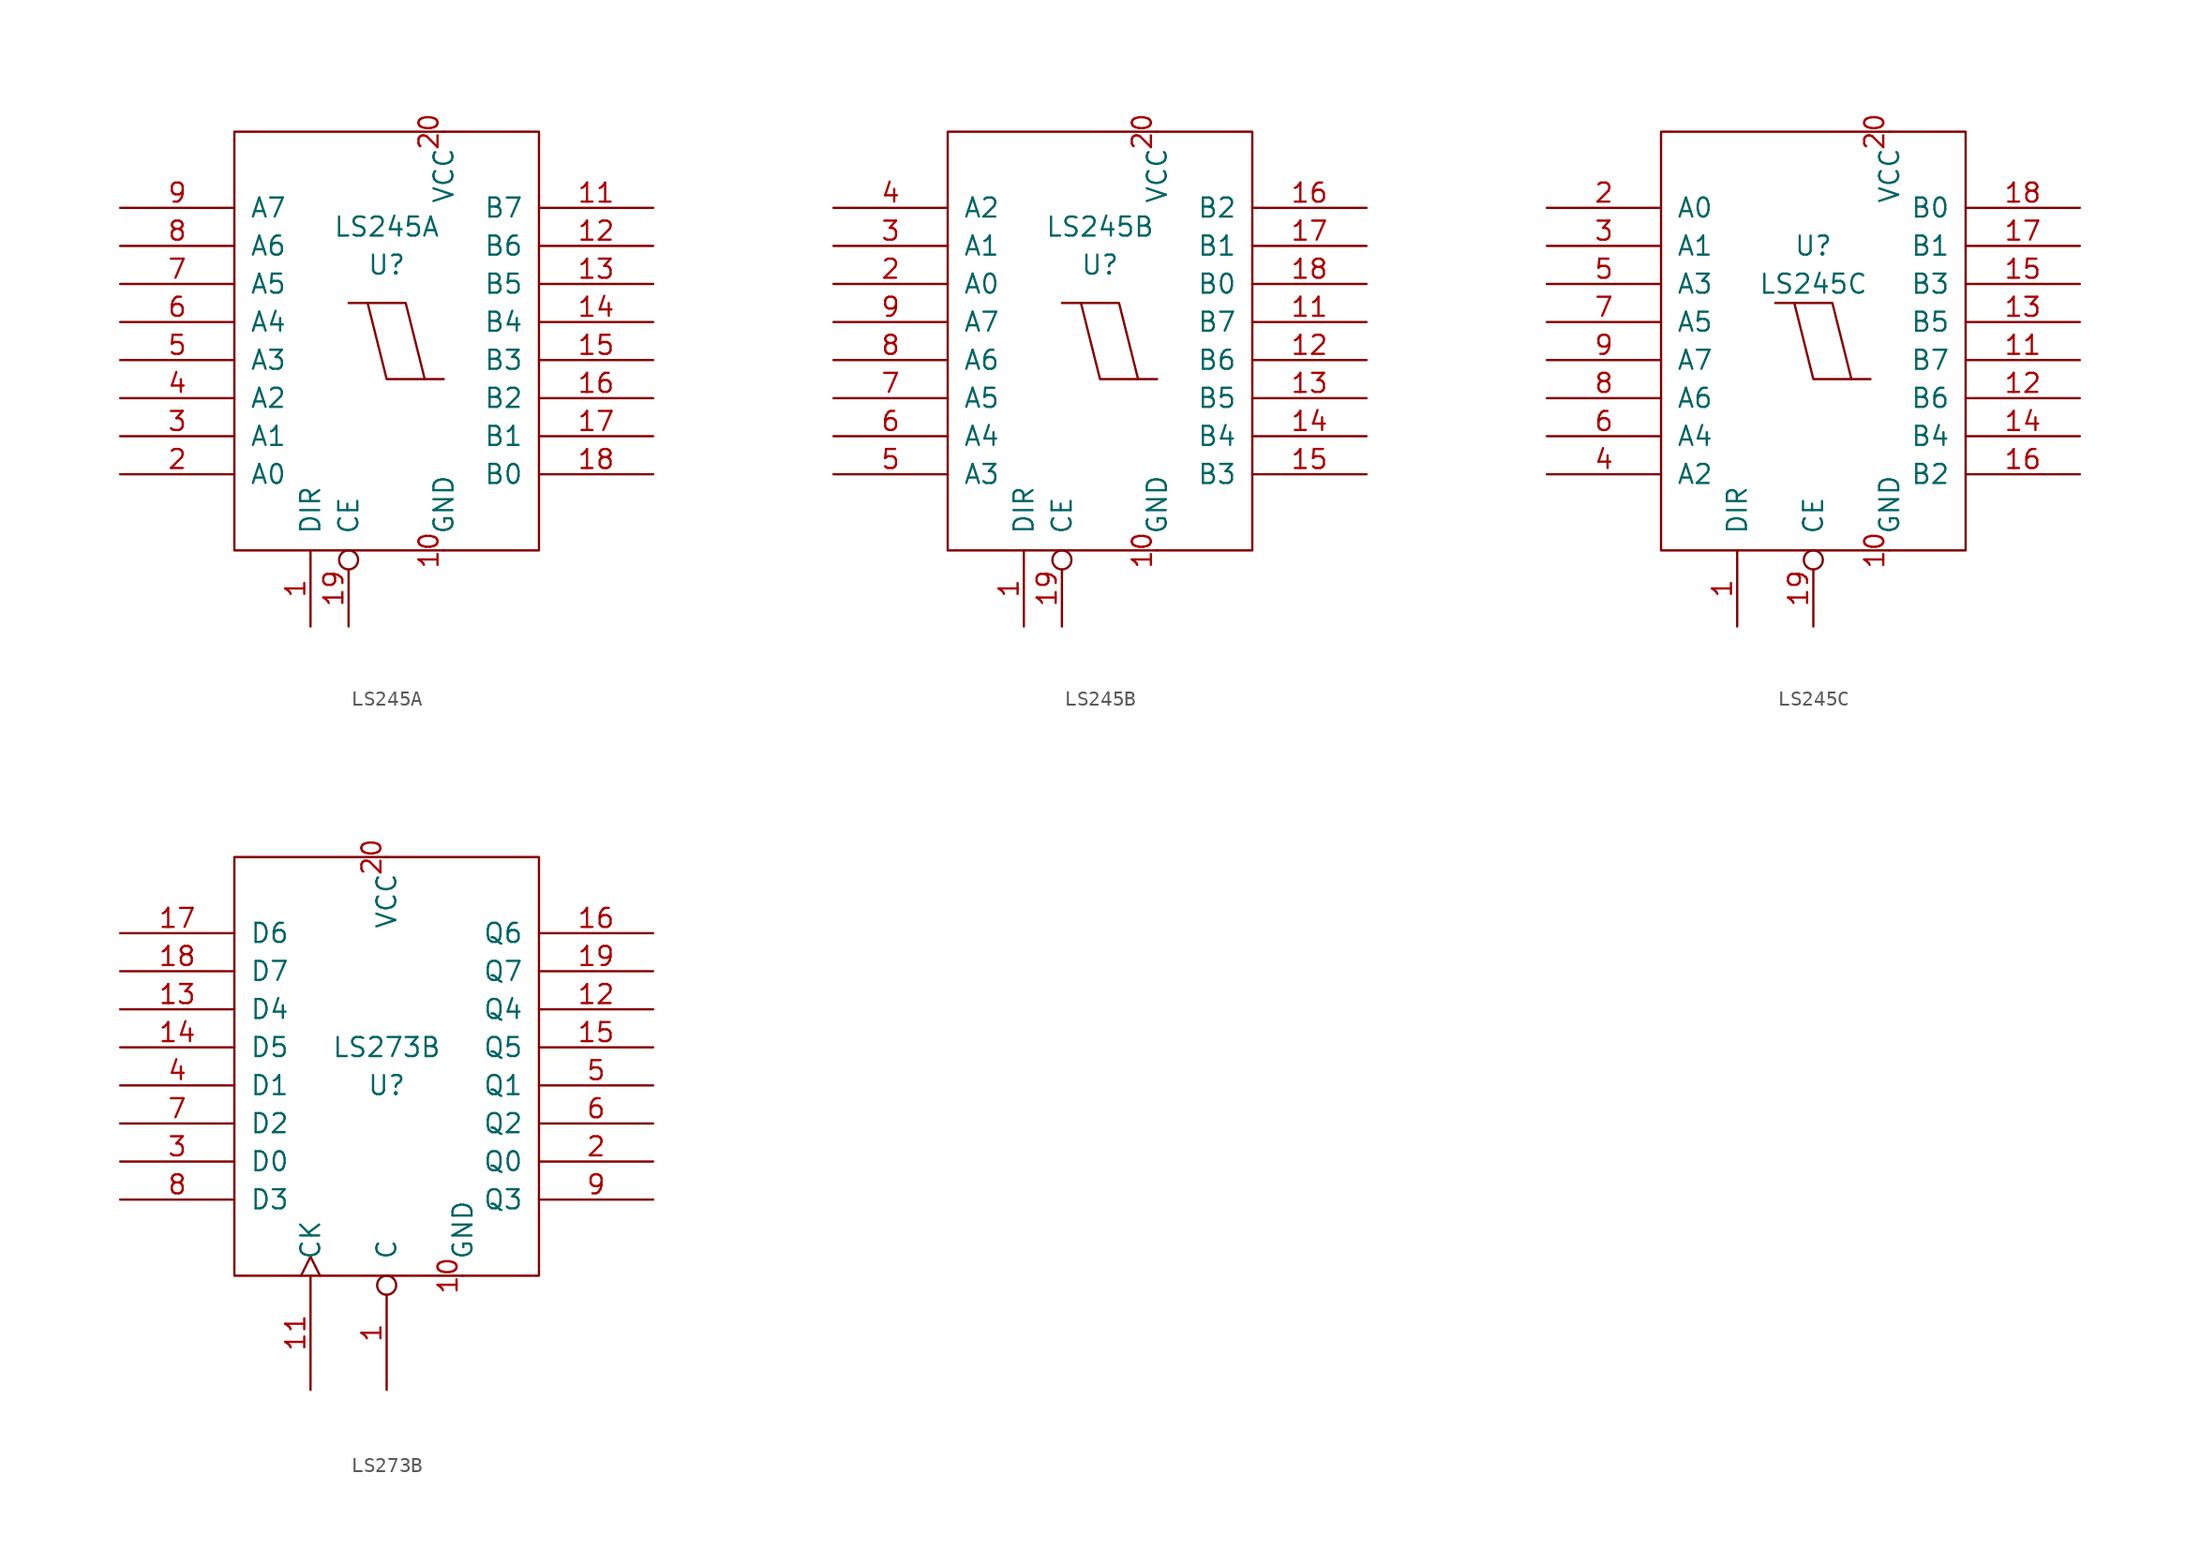
<source format=kicad_sym>
(kicad_symbol_lib
  (version 20211014)
  (generator kicad_symbol_editor)
  (symbol "LS245A"
    (pin_names
      (offset 1.016))
    (property "Reference" "U"
      (at 0 5.08 0)
      (effects (font (size 1.27 1.27))))
    (property "Value" "LS245A"
      (at 0 7.62 0)
      (effects (font (size 1.27 1.27))))
    (symbol "LS245A_1_1"
      (polyline (pts (xy -1.27 2.54) (xy 0 -2.54) (xy 2.54 -2.54)) (stroke (width 0) (type default) (color 0 0 0 0)) (fill (type none)))
      (polyline (pts (xy -2.54 2.54) (xy 1.27 2.54) (xy 2.54 -2.54) (xy 3.81 -2.54)) (stroke (width 0) (type default) (color 0 0 0 0)) (fill (type none)))
      (rectangle (start 10.16 13.97) (end -10.16 -13.97) (stroke (width 0) (type default) (color 0 0 0 0)) (fill (type none)))
      (pin input line (at -5.08 -19.05 90) (length 5.08) (name "DIR" (effects (font (size 1.27 1.27)))) (number "1" (effects (font (size 1.27 1.27)))))
      (pin power_in line (at 3.81 -13.97 90) (length 0) (name "GND" (effects (font (size 1.27 1.27)))) (number "10" (effects (font (size 1.27 1.27)))))
      (pin input line (at 17.78 8.89 180) (length 7.62) (name "B7" (effects (font (size 1.27 1.27)))) (number "11" (effects (font (size 1.27 1.27)))))
      (pin input line (at 17.78 6.35 180) (length 7.62) (name "B6" (effects (font (size 1.27 1.27)))) (number "12" (effects (font (size 1.27 1.27)))))
      (pin input line (at 17.78 3.81 180) (length 7.62) (name "B5" (effects (font (size 1.27 1.27)))) (number "13" (effects (font (size 1.27 1.27)))))
      (pin input line (at 17.78 1.27 180) (length 7.62) (name "B4" (effects (font (size 1.27 1.27)))) (number "14" (effects (font (size 1.27 1.27)))))
      (pin input line (at 17.78 -1.27 180) (length 7.62) (name "B3" (effects (font (size 1.27 1.27)))) (number "15" (effects (font (size 1.27 1.27)))))
      (pin input line (at 17.78 -3.81 180) (length 7.62) (name "B2" (effects (font (size 1.27 1.27)))) (number "16" (effects (font (size 1.27 1.27)))))
      (pin input line (at 17.78 -6.35 180) (length 7.62) (name "B1" (effects (font (size 1.27 1.27)))) (number "17" (effects (font (size 1.27 1.27)))))
      (pin input line (at 17.78 -8.89 180) (length 7.62) (name "B0" (effects (font (size 1.27 1.27)))) (number "18" (effects (font (size 1.27 1.27)))))
      (pin input inverted (at -2.54 -19.05 90) (length 5.08) (name "CE" (effects (font (size 1.27 1.27)))) (number "19" (effects (font (size 1.27 1.27)))))
      (pin bidirectional line (at -17.78 -8.89 0) (length 7.62) (name "A0" (effects (font (size 1.27 1.27)))) (number "2" (effects (font (size 1.27 1.27)))))
      (pin power_in line (at 3.81 13.97 270) (length 0) (name "VCC" (effects (font (size 1.27 1.27)))) (number "20" (effects (font (size 1.27 1.27)))))
      (pin bidirectional line (at -17.78 -6.35 0) (length 7.62) (name "A1" (effects (font (size 1.27 1.27)))) (number "3" (effects (font (size 1.27 1.27)))))
      (pin bidirectional line (at -17.78 -3.81 0) (length 7.62) (name "A2" (effects (font (size 1.27 1.27)))) (number "4" (effects (font (size 1.27 1.27)))))
      (pin bidirectional line (at -17.78 -1.27 0) (length 7.62) (name "A3" (effects (font (size 1.27 1.27)))) (number "5" (effects (font (size 1.27 1.27)))))
      (pin bidirectional line (at -17.78 1.27 0) (length 7.62) (name "A4" (effects (font (size 1.27 1.27)))) (number "6" (effects (font (size 1.27 1.27)))))
      (pin bidirectional line (at -17.78 3.81 0) (length 7.62) (name "A5" (effects (font (size 1.27 1.27)))) (number "7" (effects (font (size 1.27 1.27)))))
      (pin bidirectional line (at -17.78 6.35 0) (length 7.62) (name "A6" (effects (font (size 1.27 1.27)))) (number "8" (effects (font (size 1.27 1.27)))))
      (pin bidirectional line (at -17.78 8.89 0) (length 7.62) (name "A7" (effects (font (size 1.27 1.27)))) (number "9" (effects (font (size 1.27 1.27)))))))
  (symbol "LS245B"
    (pin_names
      (offset 1.016))
    (property "Reference" "U"
      (at 0 5.08 0)
      (effects (font (size 1.27 1.27))))
    (property "Value" "LS245B"
      (at 0 7.62 0)
      (effects (font (size 1.27 1.27))))
    (symbol "LS245B_1_1"
      (polyline (pts (xy -1.27 2.54) (xy 0 -2.54) (xy 2.54 -2.54)) (stroke (width 0) (type default) (color 0 0 0 0)) (fill (type none)))
      (polyline (pts (xy -2.54 2.54) (xy 1.27 2.54) (xy 2.54 -2.54) (xy 3.81 -2.54)) (stroke (width 0) (type default) (color 0 0 0 0)) (fill (type none)))
      (rectangle (start 10.16 13.97) (end -10.16 -13.97) (stroke (width 0) (type default) (color 0 0 0 0)) (fill (type none)))
      (pin input line (at -5.08 -19.05 90) (length 5.08) (name "DIR" (effects (font (size 1.27 1.27)))) (number "1" (effects (font (size 1.27 1.27)))))
      (pin power_in line (at 3.81 -13.97 90) (length 0) (name "GND" (effects (font (size 1.27 1.27)))) (number "10" (effects (font (size 1.27 1.27)))))
      (pin input line (at 17.78 1.27 180) (length 7.62) (name "B7" (effects (font (size 1.27 1.27)))) (number "11" (effects (font (size 1.27 1.27)))))
      (pin input line (at 17.78 -1.27 180) (length 7.62) (name "B6" (effects (font (size 1.27 1.27)))) (number "12" (effects (font (size 1.27 1.27)))))
      (pin input line (at 17.78 -3.81 180) (length 7.62) (name "B5" (effects (font (size 1.27 1.27)))) (number "13" (effects (font (size 1.27 1.27)))))
      (pin input line (at 17.78 -6.35 180) (length 7.62) (name "B4" (effects (font (size 1.27 1.27)))) (number "14" (effects (font (size 1.27 1.27)))))
      (pin input line (at 17.78 -8.89 180) (length 7.62) (name "B3" (effects (font (size 1.27 1.27)))) (number "15" (effects (font (size 1.27 1.27)))))
      (pin input line (at 17.78 8.89 180) (length 7.62) (name "B2" (effects (font (size 1.27 1.27)))) (number "16" (effects (font (size 1.27 1.27)))))
      (pin input line (at 17.78 6.35 180) (length 7.62) (name "B1" (effects (font (size 1.27 1.27)))) (number "17" (effects (font (size 1.27 1.27)))))
      (pin input line (at 17.78 3.81 180) (length 7.62) (name "B0" (effects (font (size 1.27 1.27)))) (number "18" (effects (font (size 1.27 1.27)))))
      (pin input inverted (at -2.54 -19.05 90) (length 5.08) (name "CE" (effects (font (size 1.27 1.27)))) (number "19" (effects (font (size 1.27 1.27)))))
      (pin bidirectional line (at -17.78 3.81 0) (length 7.62) (name "A0" (effects (font (size 1.27 1.27)))) (number "2" (effects (font (size 1.27 1.27)))))
      (pin power_in line (at 3.81 13.97 270) (length 0) (name "VCC" (effects (font (size 1.27 1.27)))) (number "20" (effects (font (size 1.27 1.27)))))
      (pin bidirectional line (at -17.78 6.35 0) (length 7.62) (name "A1" (effects (font (size 1.27 1.27)))) (number "3" (effects (font (size 1.27 1.27)))))
      (pin bidirectional line (at -17.78 8.89 0) (length 7.62) (name "A2" (effects (font (size 1.27 1.27)))) (number "4" (effects (font (size 1.27 1.27)))))
      (pin bidirectional line (at -17.78 -8.89 0) (length 7.62) (name "A3" (effects (font (size 1.27 1.27)))) (number "5" (effects (font (size 1.27 1.27)))))
      (pin bidirectional line (at -17.78 -6.35 0) (length 7.62) (name "A4" (effects (font (size 1.27 1.27)))) (number "6" (effects (font (size 1.27 1.27)))))
      (pin bidirectional line (at -17.78 -3.81 0) (length 7.62) (name "A5" (effects (font (size 1.27 1.27)))) (number "7" (effects (font (size 1.27 1.27)))))
      (pin bidirectional line (at -17.78 -1.27 0) (length 7.62) (name "A6" (effects (font (size 1.27 1.27)))) (number "8" (effects (font (size 1.27 1.27)))))
      (pin bidirectional line (at -17.78 1.27 0) (length 7.62) (name "A7" (effects (font (size 1.27 1.27)))) (number "9" (effects (font (size 1.27 1.27)))))))
  (symbol "LS245C"
    (pin_names
      (offset 1.016))
    (property "Reference" "U"
      (at 0 6.35 0)
      (effects (font (size 1.27 1.27))))
    (property "Value" "LS245C"
      (at 0 3.81 0)
      (effects (font (size 1.27 1.27))))
    (symbol "LS245C_1_1"
      (polyline (pts (xy -1.27 2.54) (xy 0 -2.54) (xy 2.54 -2.54)) (stroke (width 0) (type default) (color 0 0 0 0)) (fill (type none)))
      (polyline (pts (xy -2.54 2.54) (xy 1.27 2.54) (xy 2.54 -2.54) (xy 3.81 -2.54)) (stroke (width 0) (type default) (color 0 0 0 0)) (fill (type none)))
      (rectangle (start 10.16 13.97) (end -10.16 -13.97) (stroke (width 0) (type default) (color 0 0 0 0)) (fill (type none)))
      (pin input line (at -5.08 -19.05 90) (length 5.08) (name "DIR" (effects (font (size 1.27 1.27)))) (number "1" (effects (font (size 1.27 1.27)))))
      (pin power_in line (at 5.08 -13.97 90) (length 0) (name "GND" (effects (font (size 1.27 1.27)))) (number "10" (effects (font (size 1.27 1.27)))))
      (pin input line (at 17.78 -1.27 180) (length 7.62) (name "B7" (effects (font (size 1.27 1.27)))) (number "11" (effects (font (size 1.27 1.27)))))
      (pin input line (at 17.78 -3.81 180) (length 7.62) (name "B6" (effects (font (size 1.27 1.27)))) (number "12" (effects (font (size 1.27 1.27)))))
      (pin input line (at 17.78 1.27 180) (length 7.62) (name "B5" (effects (font (size 1.27 1.27)))) (number "13" (effects (font (size 1.27 1.27)))))
      (pin input line (at 17.78 -6.35 180) (length 7.62) (name "B4" (effects (font (size 1.27 1.27)))) (number "14" (effects (font (size 1.27 1.27)))))
      (pin input line (at 17.78 3.81 180) (length 7.62) (name "B3" (effects (font (size 1.27 1.27)))) (number "15" (effects (font (size 1.27 1.27)))))
      (pin input line (at 17.78 -8.89 180) (length 7.62) (name "B2" (effects (font (size 1.27 1.27)))) (number "16" (effects (font (size 1.27 1.27)))))
      (pin input line (at 17.78 6.35 180) (length 7.62) (name "B1" (effects (font (size 1.27 1.27)))) (number "17" (effects (font (size 1.27 1.27)))))
      (pin input line (at 17.78 8.89 180) (length 7.62) (name "B0" (effects (font (size 1.27 1.27)))) (number "18" (effects (font (size 1.27 1.27)))))
      (pin input inverted (at 0 -19.05 90) (length 5.08) (name "CE" (effects (font (size 1.27 1.27)))) (number "19" (effects (font (size 1.27 1.27)))))
      (pin bidirectional line (at -17.78 8.89 0) (length 7.62) (name "A0" (effects (font (size 1.27 1.27)))) (number "2" (effects (font (size 1.27 1.27)))))
      (pin power_in line (at 5.08 13.97 270) (length 0) (name "VCC" (effects (font (size 1.27 1.27)))) (number "20" (effects (font (size 1.27 1.27)))))
      (pin bidirectional line (at -17.78 6.35 0) (length 7.62) (name "A1" (effects (font (size 1.27 1.27)))) (number "3" (effects (font (size 1.27 1.27)))))
      (pin bidirectional line (at -17.78 -8.89 0) (length 7.62) (name "A2" (effects (font (size 1.27 1.27)))) (number "4" (effects (font (size 1.27 1.27)))))
      (pin bidirectional line (at -17.78 3.81 0) (length 7.62) (name "A3" (effects (font (size 1.27 1.27)))) (number "5" (effects (font (size 1.27 1.27)))))
      (pin bidirectional line (at -17.78 -6.35 0) (length 7.62) (name "A4" (effects (font (size 1.27 1.27)))) (number "6" (effects (font (size 1.27 1.27)))))
      (pin bidirectional line (at -17.78 1.27 0) (length 7.62) (name "A5" (effects (font (size 1.27 1.27)))) (number "7" (effects (font (size 1.27 1.27)))))
      (pin bidirectional line (at -17.78 -3.81 0) (length 7.62) (name "A6" (effects (font (size 1.27 1.27)))) (number "8" (effects (font (size 1.27 1.27)))))
      (pin bidirectional line (at -17.78 -1.27 0) (length 7.62) (name "A7" (effects (font (size 1.27 1.27)))) (number "9" (effects (font (size 1.27 1.27)))))))
  (symbol "LS273B"
    (pin_names
      (offset 1.016))
    (property "Reference" "U"
      (at 0 -1.27 0)
      (effects (font (size 1.27 1.27))))
    (property "Value" "LS273B"
      (at 0 1.27 0)
      (effects (font (size 1.27 1.27))))
    (symbol "LS273B_1_1"
      (rectangle (start -10.16 13.97) (end 10.16 -13.97) (stroke (width 0) (type default) (color 0 0 0 0)) (fill (type none)))
      (pin input inverted (at 0 -21.59 90) (length 7.62) (name "C" (effects (font (size 1.27 1.27)))) (number "1" (effects (font (size 1.27 1.27)))))
      (pin power_in line (at 5.08 -13.97 90) (length 0) (name "GND" (effects (font (size 1.27 1.27)))) (number "10" (effects (font (size 1.27 1.27)))))
      (pin input clock (at -5.08 -21.59 90) (length 7.62) (name "CK" (effects (font (size 1.27 1.27)))) (number "11" (effects (font (size 1.27 1.27)))))
      (pin output line (at 17.78 3.81 180) (length 7.62) (name "Q4" (effects (font (size 1.27 1.27)))) (number "12" (effects (font (size 1.27 1.27)))))
      (pin input line (at -17.78 3.81 0) (length 7.62) (name "D4" (effects (font (size 1.27 1.27)))) (number "13" (effects (font (size 1.27 1.27)))))
      (pin input line (at -17.78 1.27 0) (length 7.62) (name "D5" (effects (font (size 1.27 1.27)))) (number "14" (effects (font (size 1.27 1.27)))))
      (pin output line (at 17.78 1.27 180) (length 7.62) (name "Q5" (effects (font (size 1.27 1.27)))) (number "15" (effects (font (size 1.27 1.27)))))
      (pin output line (at 17.78 8.89 180) (length 7.62) (name "Q6" (effects (font (size 1.27 1.27)))) (number "16" (effects (font (size 1.27 1.27)))))
      (pin input line (at -17.78 8.89 0) (length 7.62) (name "D6" (effects (font (size 1.27 1.27)))) (number "17" (effects (font (size 1.27 1.27)))))
      (pin input line (at -17.78 6.35 0) (length 7.62) (name "D7" (effects (font (size 1.27 1.27)))) (number "18" (effects (font (size 1.27 1.27)))))
      (pin output line (at 17.78 6.35 180) (length 7.62) (name "Q7" (effects (font (size 1.27 1.27)))) (number "19" (effects (font (size 1.27 1.27)))))
      (pin output line (at 17.78 -6.35 180) (length 7.62) (name "Q0" (effects (font (size 1.27 1.27)))) (number "2" (effects (font (size 1.27 1.27)))))
      (pin power_in line (at 0 13.97 270) (length 0) (name "VCC" (effects (font (size 1.27 1.27)))) (number "20" (effects (font (size 1.27 1.27)))))
      (pin input line (at -17.78 -6.35 0) (length 7.62) (name "D0" (effects (font (size 1.27 1.27)))) (number "3" (effects (font (size 1.27 1.27)))))
      (pin input line (at -17.78 -1.27 0) (length 7.62) (name "D1" (effects (font (size 1.27 1.27)))) (number "4" (effects (font (size 1.27 1.27)))))
      (pin output line (at 17.78 -1.27 180) (length 7.62) (name "Q1" (effects (font (size 1.27 1.27)))) (number "5" (effects (font (size 1.27 1.27)))))
      (pin output line (at 17.78 -3.81 180) (length 7.62) (name "Q2" (effects (font (size 1.27 1.27)))) (number "6" (effects (font (size 1.27 1.27)))))
      (pin input line (at -17.78 -3.81 0) (length 7.62) (name "D2" (effects (font (size 1.27 1.27)))) (number "7" (effects (font (size 1.27 1.27)))))
      (pin input line (at -17.78 -8.89 0) (length 7.62) (name "D3" (effects (font (size 1.27 1.27)))) (number "8" (effects (font (size 1.27 1.27)))))
      (pin output line (at 17.78 -8.89 180) (length 7.62) (name "Q3" (effects (font (size 1.27 1.27)))) (number "9" (effects (font (size 1.27 1.27))))))))
</source>
